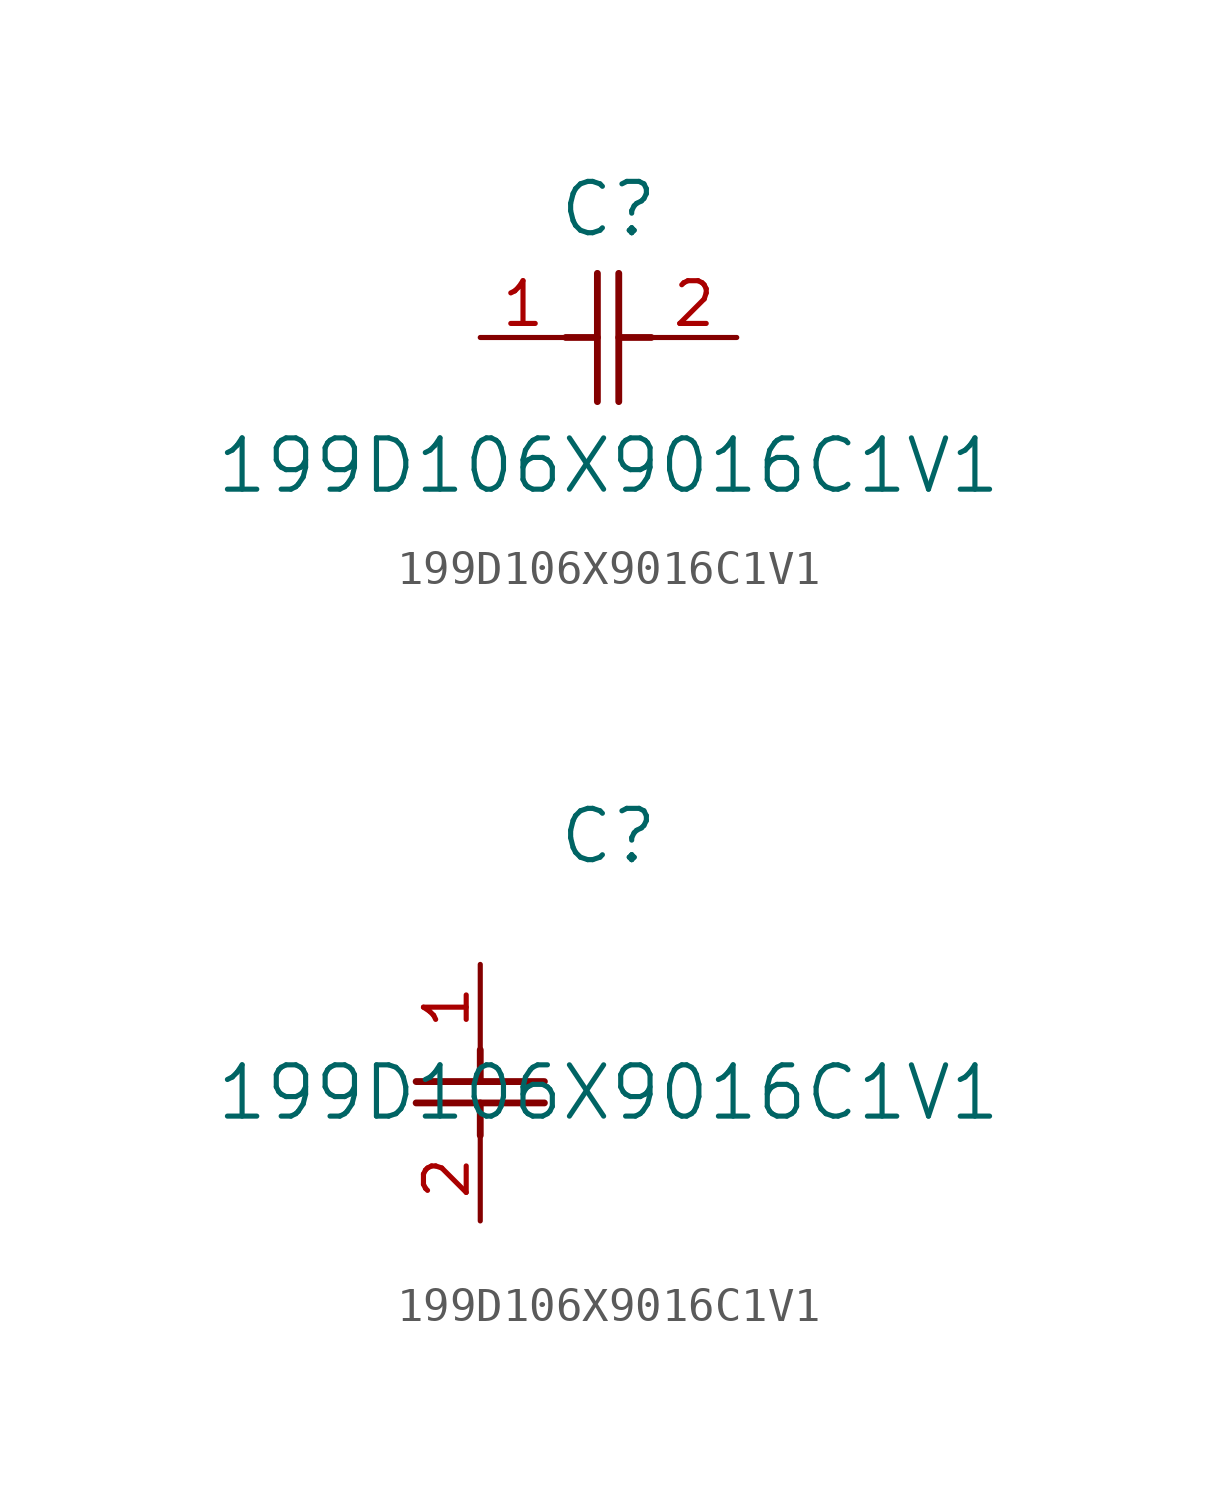
<source format=kicad_sym>
(kicad_symbol_lib
  (version 20211014)
  (generator kicad_symbol_editor)
  (symbol "199D106X9016C1V1"
    (pin_names
      (offset 0.254))
    (property "Reference" "C"
      (at 3.81 3.81 0)
      (effects (font (size 1.524 1.524))))
    (property "Value" "199D106X9016C1V1"
      (at 3.81 -3.81 0)
      (effects (font (size 1.524 1.524))))
    (symbol "199D106X9016C1V1_1_1"
      (polyline (pts (xy 3.48 -1.905) (xy 3.48 1.905)) (stroke (width 0.203) (type default) (color 0 0 0 0)) (fill (type none)))
      (polyline (pts (xy 4.115 -1.905) (xy 4.115 1.905)) (stroke (width 0.203) (type default) (color 0 0 0 0)) (fill (type none)))
      (polyline (pts (xy 4.115 0) (xy 5.08 0)) (stroke (width 0.203) (type default) (color 0 0 0 0)) (fill (type none)))
      (polyline (pts (xy 2.54 0) (xy 3.48 0)) (stroke (width 0.203) (type default) (color 0 0 0 0)) (fill (type none)))
      (pin unspecified line (at 0 0 0) (length 2.54) (name "" (effects (font (size 1.27 1.27)))) (number "1" (effects (font (size 1.27 1.27)))))
      (pin unspecified line (at 7.62 0 180) (length 2.54) (name "" (effects (font (size 1.27 1.27)))) (number "2" (effects (font (size 1.27 1.27))))))
    (symbol "199D106X9016C1V1_1_2"
      (polyline (pts (xy -1.905 -3.48) (xy 1.905 -3.48)) (stroke (width 0.203) (type default) (color 0 0 0 0)) (fill (type none)))
      (polyline (pts (xy -1.905 -4.115) (xy 1.905 -4.115)) (stroke (width 0.203) (type default) (color 0 0 0 0)) (fill (type none)))
      (polyline (pts (xy 0 -4.115) (xy 0 -5.08)) (stroke (width 0.203) (type default) (color 0 0 0 0)) (fill (type none)))
      (polyline (pts (xy 0 -2.54) (xy 0 -3.48)) (stroke (width 0.203) (type default) (color 0 0 0 0)) (fill (type none)))
      (pin unspecified line (at 0 0 270) (length 2.54) (name "" (effects (font (size 1.27 1.27)))) (number "1" (effects (font (size 1.27 1.27)))))
      (pin unspecified line (at 0 -7.62 90) (length 2.54) (name "" (effects (font (size 1.27 1.27)))) (number "2" (effects (font (size 1.27 1.27))))))))
</source>
